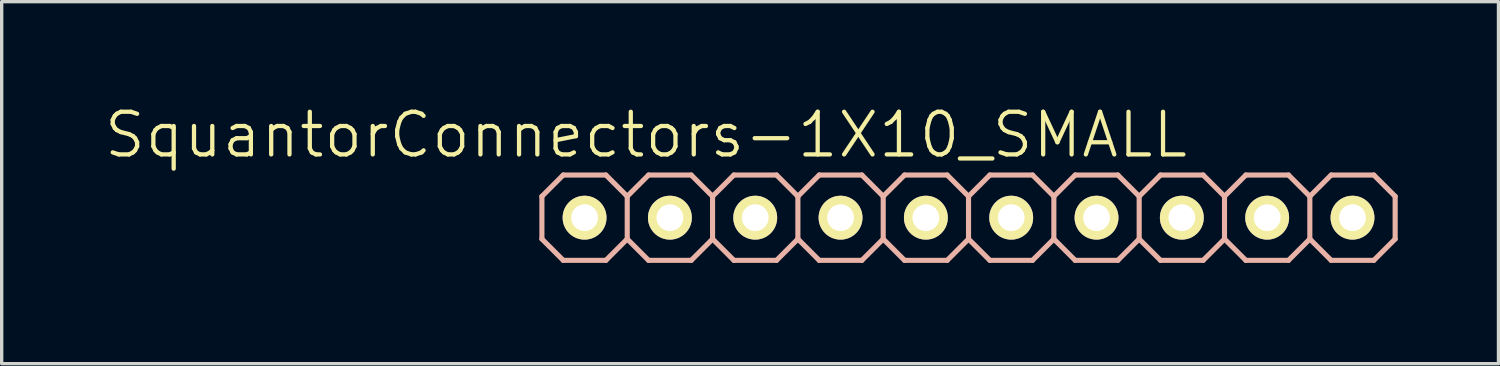
<source format=kicad_pcb>
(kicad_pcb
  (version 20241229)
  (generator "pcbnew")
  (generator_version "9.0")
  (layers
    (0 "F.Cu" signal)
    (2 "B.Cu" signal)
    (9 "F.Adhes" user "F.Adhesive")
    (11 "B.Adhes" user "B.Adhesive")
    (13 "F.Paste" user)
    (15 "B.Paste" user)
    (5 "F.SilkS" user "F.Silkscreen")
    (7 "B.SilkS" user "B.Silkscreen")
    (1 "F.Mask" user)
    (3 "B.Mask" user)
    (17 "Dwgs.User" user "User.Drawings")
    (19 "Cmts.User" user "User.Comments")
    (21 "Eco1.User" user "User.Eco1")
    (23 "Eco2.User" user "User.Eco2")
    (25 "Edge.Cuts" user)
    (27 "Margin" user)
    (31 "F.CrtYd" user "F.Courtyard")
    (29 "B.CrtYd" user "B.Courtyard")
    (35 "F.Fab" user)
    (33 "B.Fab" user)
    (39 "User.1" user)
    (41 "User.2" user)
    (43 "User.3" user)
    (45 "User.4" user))
  (footprint "SquantorConnectors-1X10_SMALL"
    (layer "F.Cu")
    (at 25.782 3.43)
    (property "Reference" "SquantorConnectors-1X10_SMALL" (at -9.601 -2.464 0) (layer "F.SilkS") (effects (font (size 1.27 1.27) (thickness 0.127))))
    (attr exclude_from_pos_files exclude_from_bom)
    (fp_line (start -11.684 -0.254) (end -11.176 -0.254) (stroke (width 0.066) (type solid)) (layer "F.SilkS"))
    (fp_line (start -11.684 0.254) (end -11.684 -0.254) (stroke (width 0.066) (type solid)) (layer "F.SilkS"))
    (fp_line (start -11.684 0.254) (end -11.176 0.254) (stroke (width 0.066) (type solid)) (layer "F.SilkS"))
    (fp_line (start -11.176 0.254) (end -11.176 -0.254) (stroke (width 0.066) (type solid)) (layer "F.SilkS"))
    (fp_line (start -9.144 -0.254) (end -8.636 -0.254) (stroke (width 0.066) (type solid)) (layer "F.SilkS"))
    (fp_line (start -9.144 0.254) (end -9.144 -0.254) (stroke (width 0.066) (type solid)) (layer "F.SilkS"))
    (fp_line (start -9.144 0.254) (end -8.636 0.254) (stroke (width 0.066) (type solid)) (layer "F.SilkS"))
    (fp_line (start -8.636 0.254) (end -8.636 -0.254) (stroke (width 0.066) (type solid)) (layer "F.SilkS"))
    (fp_line (start -6.604 -0.254) (end -6.096 -0.254) (stroke (width 0.066) (type solid)) (layer "F.SilkS"))
    (fp_line (start -6.604 0.254) (end -6.604 -0.254) (stroke (width 0.066) (type solid)) (layer "F.SilkS"))
    (fp_line (start -6.604 0.254) (end -6.096 0.254) (stroke (width 0.066) (type solid)) (layer "F.SilkS"))
    (fp_line (start -6.096 0.254) (end -6.096 -0.254) (stroke (width 0.066) (type solid)) (layer "F.SilkS"))
    (fp_line (start -4.064 -0.254) (end -3.556 -0.254) (stroke (width 0.066) (type solid)) (layer "F.SilkS"))
    (fp_line (start -4.064 0.254) (end -4.064 -0.254) (stroke (width 0.066) (type solid)) (layer "F.SilkS"))
    (fp_line (start -4.064 0.254) (end -3.556 0.254) (stroke (width 0.066) (type solid)) (layer "F.SilkS"))
    (fp_line (start -3.556 0.254) (end -3.556 -0.254) (stroke (width 0.066) (type solid)) (layer "F.SilkS"))
    (fp_line (start -1.524 -0.254) (end -1.016 -0.254) (stroke (width 0.066) (type solid)) (layer "F.SilkS"))
    (fp_line (start -1.524 0.254) (end -1.524 -0.254) (stroke (width 0.066) (type solid)) (layer "F.SilkS"))
    (fp_line (start -1.524 0.254) (end -1.016 0.254) (stroke (width 0.066) (type solid)) (layer "F.SilkS"))
    (fp_line (start -1.016 0.254) (end -1.016 -0.254) (stroke (width 0.066) (type solid)) (layer "F.SilkS"))
    (fp_line (start 1.016 -0.254) (end 1.524 -0.254) (stroke (width 0.066) (type solid)) (layer "F.SilkS"))
    (fp_line (start 1.016 0.254) (end 1.016 -0.254) (stroke (width 0.066) (type solid)) (layer "F.SilkS"))
    (fp_line (start 1.016 0.254) (end 1.524 0.254) (stroke (width 0.066) (type solid)) (layer "F.SilkS"))
    (fp_line (start 1.524 0.254) (end 1.524 -0.254) (stroke (width 0.066) (type solid)) (layer "F.SilkS"))
    (fp_line (start 3.556 -0.254) (end 4.064 -0.254) (stroke (width 0.066) (type solid)) (layer "F.SilkS"))
    (fp_line (start 3.556 0.254) (end 3.556 -0.254) (stroke (width 0.066) (type solid)) (layer "F.SilkS"))
    (fp_line (start 3.556 0.254) (end 4.064 0.254) (stroke (width 0.066) (type solid)) (layer "F.SilkS"))
    (fp_line (start 4.064 0.254) (end 4.064 -0.254) (stroke (width 0.066) (type solid)) (layer "F.SilkS"))
    (fp_line (start 6.096 -0.254) (end 6.604 -0.254) (stroke (width 0.066) (type solid)) (layer "F.SilkS"))
    (fp_line (start 6.096 0.254) (end 6.096 -0.254) (stroke (width 0.066) (type solid)) (layer "F.SilkS"))
    (fp_line (start 6.096 0.254) (end 6.604 0.254) (stroke (width 0.066) (type solid)) (layer "F.SilkS"))
    (fp_line (start 6.604 0.254) (end 6.604 -0.254) (stroke (width 0.066) (type solid)) (layer "F.SilkS"))
    (fp_line (start 8.636 -0.254) (end 9.144 -0.254) (stroke (width 0.066) (type solid)) (layer "F.SilkS"))
    (fp_line (start 8.636 0.254) (end 8.636 -0.254) (stroke (width 0.066) (type solid)) (layer "F.SilkS"))
    (fp_line (start 8.636 0.254) (end 9.144 0.254) (stroke (width 0.066) (type solid)) (layer "F.SilkS"))
    (fp_line (start 9.144 0.254) (end 9.144 -0.254) (stroke (width 0.066) (type solid)) (layer "F.SilkS"))
    (fp_line (start 11.176 -0.254) (end 11.684 -0.254) (stroke (width 0.066) (type solid)) (layer "F.SilkS"))
    (fp_line (start 11.176 0.254) (end 11.176 -0.254) (stroke (width 0.066) (type solid)) (layer "F.SilkS"))
    (fp_line (start 11.176 0.254) (end 11.684 0.254) (stroke (width 0.066) (type solid)) (layer "F.SilkS"))
    (fp_line (start 11.684 0.254) (end 11.684 -0.254) (stroke (width 0.066) (type solid)) (layer "F.SilkS"))
    (fp_line (start -12.7 -0.635) (end -12.7 0.635) (stroke (width 0.152) (type solid)) (layer "B.SilkS"))
    (fp_line (start -12.7 0.635) (end -12.065 1.27) (stroke (width 0.152) (type solid)) (layer "B.SilkS"))
    (fp_line (start -12.065 -1.27) (end -12.7 -0.635) (stroke (width 0.152) (type solid)) (layer "B.SilkS"))
    (fp_line (start -12.065 -1.27) (end -10.795 -1.27) (stroke (width 0.152) (type solid)) (layer "B.SilkS"))
    (fp_line (start -10.795 -1.27) (end -10.16 -0.635) (stroke (width 0.152) (type solid)) (layer "B.SilkS"))
    (fp_line (start -10.795 1.27) (end -12.065 1.27) (stroke (width 0.152) (type solid)) (layer "B.SilkS"))
    (fp_line (start -10.16 -0.635) (end -10.16 0.635) (stroke (width 0.152) (type solid)) (layer "B.SilkS"))
    (fp_line (start -10.16 -0.635) (end -9.525 -1.27) (stroke (width 0.152) (type solid)) (layer "B.SilkS"))
    (fp_line (start -10.16 0.635) (end -10.795 1.27) (stroke (width 0.152) (type solid)) (layer "B.SilkS"))
    (fp_line (start -9.525 -1.27) (end -8.255 -1.27) (stroke (width 0.152) (type solid)) (layer "B.SilkS"))
    (fp_line (start -9.525 1.27) (end -10.16 0.635) (stroke (width 0.152) (type solid)) (layer "B.SilkS"))
    (fp_line (start -8.255 -1.27) (end -7.62 -0.635) (stroke (width 0.152) (type solid)) (layer "B.SilkS"))
    (fp_line (start -8.255 1.27) (end -9.525 1.27) (stroke (width 0.152) (type solid)) (layer "B.SilkS"))
    (fp_line (start -7.62 -0.635) (end -7.62 0.635) (stroke (width 0.152) (type solid)) (layer "B.SilkS"))
    (fp_line (start -7.62 -0.635) (end -6.985 -1.27) (stroke (width 0.152) (type solid)) (layer "B.SilkS"))
    (fp_line (start -7.62 0.635) (end -8.255 1.27) (stroke (width 0.152) (type solid)) (layer "B.SilkS"))
    (fp_line (start -6.985 -1.27) (end -5.715 -1.27) (stroke (width 0.152) (type solid)) (layer "B.SilkS"))
    (fp_line (start -6.985 1.27) (end -7.62 0.635) (stroke (width 0.152) (type solid)) (layer "B.SilkS"))
    (fp_line (start -5.715 -1.27) (end -5.08 -0.635) (stroke (width 0.152) (type solid)) (layer "B.SilkS"))
    (fp_line (start -5.715 1.27) (end -6.985 1.27) (stroke (width 0.152) (type solid)) (layer "B.SilkS"))
    (fp_line (start -5.08 -0.635) (end -5.08 0.635) (stroke (width 0.152) (type solid)) (layer "B.SilkS"))
    (fp_line (start -5.08 0.635) (end -5.715 1.27) (stroke (width 0.152) (type solid)) (layer "B.SilkS"))
    (fp_line (start -5.08 0.635) (end -4.445 1.27) (stroke (width 0.152) (type solid)) (layer "B.SilkS"))
    (fp_line (start -4.445 -1.27) (end -5.08 -0.635) (stroke (width 0.152) (type solid)) (layer "B.SilkS"))
    (fp_line (start -4.445 -1.27) (end -3.175 -1.27) (stroke (width 0.152) (type solid)) (layer "B.SilkS"))
    (fp_line (start -3.175 -1.27) (end -2.54 -0.635) (stroke (width 0.152) (type solid)) (layer "B.SilkS"))
    (fp_line (start -3.175 1.27) (end -4.445 1.27) (stroke (width 0.152) (type solid)) (layer "B.SilkS"))
    (fp_line (start -2.54 -0.635) (end -2.54 0.635) (stroke (width 0.152) (type solid)) (layer "B.SilkS"))
    (fp_line (start -2.54 -0.635) (end -1.905 -1.27) (stroke (width 0.152) (type solid)) (layer "B.SilkS"))
    (fp_line (start -2.54 0.635) (end -3.175 1.27) (stroke (width 0.152) (type solid)) (layer "B.SilkS"))
    (fp_line (start -1.905 -1.27) (end -0.635 -1.27) (stroke (width 0.152) (type solid)) (layer "B.SilkS"))
    (fp_line (start -1.905 1.27) (end -2.54 0.635) (stroke (width 0.152) (type solid)) (layer "B.SilkS"))
    (fp_line (start -0.635 -1.27) (end 0 -0.635) (stroke (width 0.152) (type solid)) (layer "B.SilkS"))
    (fp_line (start -0.635 1.27) (end -1.905 1.27) (stroke (width 0.152) (type solid)) (layer "B.SilkS"))
    (fp_line (start 0 -0.635) (end 0 0.635) (stroke (width 0.152) (type solid)) (layer "B.SilkS"))
    (fp_line (start 0 -0.635) (end 0.635 -1.27) (stroke (width 0.152) (type solid)) (layer "B.SilkS"))
    (fp_line (start 0 0.635) (end -0.635 1.27) (stroke (width 0.152) (type solid)) (layer "B.SilkS"))
    (fp_line (start 0.635 -1.27) (end 1.905 -1.27) (stroke (width 0.152) (type solid)) (layer "B.SilkS"))
    (fp_line (start 0.635 1.27) (end 0 0.635) (stroke (width 0.152) (type solid)) (layer "B.SilkS"))
    (fp_line (start 1.905 -1.27) (end 2.54 -0.635) (stroke (width 0.152) (type solid)) (layer "B.SilkS"))
    (fp_line (start 1.905 1.27) (end 0.635 1.27) (stroke (width 0.152) (type solid)) (layer "B.SilkS"))
    (fp_line (start 2.54 -0.635) (end 2.54 0.635) (stroke (width 0.152) (type solid)) (layer "B.SilkS"))
    (fp_line (start 2.54 0.635) (end 1.905 1.27) (stroke (width 0.152) (type solid)) (layer "B.SilkS"))
    (fp_line (start 2.54 0.635) (end 3.175 1.27) (stroke (width 0.152) (type solid)) (layer "B.SilkS"))
    (fp_line (start 3.175 -1.27) (end 2.54 -0.635) (stroke (width 0.152) (type solid)) (layer "B.SilkS"))
    (fp_line (start 3.175 -1.27) (end 4.445 -1.27) (stroke (width 0.152) (type solid)) (layer "B.SilkS"))
    (fp_line (start 4.445 -1.27) (end 5.08 -0.635) (stroke (width 0.152) (type solid)) (layer "B.SilkS"))
    (fp_line (start 4.445 1.27) (end 3.175 1.27) (stroke (width 0.152) (type solid)) (layer "B.SilkS"))
    (fp_line (start 5.08 -0.635) (end 5.08 0.635) (stroke (width 0.152) (type solid)) (layer "B.SilkS"))
    (fp_line (start 5.08 -0.635) (end 5.715 -1.27) (stroke (width 0.152) (type solid)) (layer "B.SilkS"))
    (fp_line (start 5.08 0.635) (end 4.445 1.27) (stroke (width 0.152) (type solid)) (layer "B.SilkS"))
    (fp_line (start 5.715 -1.27) (end 6.985 -1.27) (stroke (width 0.152) (type solid)) (layer "B.SilkS"))
    (fp_line (start 5.715 1.27) (end 5.08 0.635) (stroke (width 0.152) (type solid)) (layer "B.SilkS"))
    (fp_line (start 6.985 -1.27) (end 7.62 -0.635) (stroke (width 0.152) (type solid)) (layer "B.SilkS"))
    (fp_line (start 6.985 1.27) (end 5.715 1.27) (stroke (width 0.152) (type solid)) (layer "B.SilkS"))
    (fp_line (start 7.62 -0.635) (end 7.62 0.635) (stroke (width 0.152) (type solid)) (layer "B.SilkS"))
    (fp_line (start 7.62 -0.635) (end 8.255 -1.27) (stroke (width 0.152) (type solid)) (layer "B.SilkS"))
    (fp_line (start 7.62 0.635) (end 6.985 1.27) (stroke (width 0.152) (type solid)) (layer "B.SilkS"))
    (fp_line (start 8.255 -1.27) (end 9.525 -1.27) (stroke (width 0.152) (type solid)) (layer "B.SilkS"))
    (fp_line (start 8.255 1.27) (end 7.62 0.635) (stroke (width 0.152) (type solid)) (layer "B.SilkS"))
    (fp_line (start 9.525 -1.27) (end 10.16 -0.635) (stroke (width 0.152) (type solid)) (layer "B.SilkS"))
    (fp_line (start 9.525 1.27) (end 8.255 1.27) (stroke (width 0.152) (type solid)) (layer "B.SilkS"))
    (fp_line (start 10.16 -0.635) (end 10.16 0.635) (stroke (width 0.152) (type solid)) (layer "B.SilkS"))
    (fp_line (start 10.16 0.635) (end 9.525 1.27) (stroke (width 0.152) (type solid)) (layer "B.SilkS"))
    (fp_line (start 10.16 0.635) (end 10.795 1.27) (stroke (width 0.152) (type solid)) (layer "B.SilkS"))
    (fp_line (start 10.795 -1.27) (end 10.16 -0.635) (stroke (width 0.152) (type solid)) (layer "B.SilkS"))
    (fp_line (start 10.795 -1.27) (end 12.065 -1.27) (stroke (width 0.152) (type solid)) (layer "B.SilkS"))
    (fp_line (start 12.065 -1.27) (end 12.7 -0.635) (stroke (width 0.152) (type solid)) (layer "B.SilkS"))
    (fp_line (start 12.065 1.27) (end 10.795 1.27) (stroke (width 0.152) (type solid)) (layer "B.SilkS"))
    (fp_line (start 12.7 -0.635) (end 12.7 0.635) (stroke (width 0.152) (type solid)) (layer "B.SilkS"))
    (fp_line (start 12.7 0.635) (end 12.065 1.27) (stroke (width 0.152) (type solid)) (layer "B.SilkS"))
    (pad "1" thru_hole circle (at -11.43 0) (size 1.306 1.306) (drill 0.798) (layers "*.Cu" "F.Mask" "F.SilkS" "F.Paste"))
    (pad "2" thru_hole circle (at -8.89 0) (size 1.306 1.306) (drill 0.798) (layers "*.Cu" "F.Mask" "F.SilkS" "F.Paste"))
    (pad "3" thru_hole circle (at -6.35 0) (size 1.306 1.306) (drill 0.798) (layers "*.Cu" "F.Mask" "F.SilkS" "F.Paste"))
    (pad "4" thru_hole circle (at -3.81 0) (size 1.306 1.306) (drill 0.798) (layers "*.Cu" "F.Mask" "F.SilkS" "F.Paste"))
    (pad "5" thru_hole circle (at -1.27 0) (size 1.306 1.306) (drill 0.798) (layers "*.Cu" "F.Mask" "F.SilkS" "F.Paste"))
    (pad "6" thru_hole circle (at 1.27 0) (size 1.306 1.306) (drill 0.798) (layers "*.Cu" "F.Mask" "F.SilkS" "F.Paste"))
    (pad "7" thru_hole circle (at 3.81 0) (size 1.306 1.306) (drill 0.798) (layers "*.Cu" "F.Mask" "F.SilkS" "F.Paste"))
    (pad "8" thru_hole circle (at 6.35 0) (size 1.306 1.306) (drill 0.798) (layers "*.Cu" "F.Mask" "F.SilkS" "F.Paste"))
    (pad "9" thru_hole circle (at 8.89 0) (size 1.306 1.306) (drill 0.798) (layers "*.Cu" "F.Mask" "F.SilkS" "F.Paste"))
    (pad "10" thru_hole circle (at 11.43 0) (size 1.306 1.306) (drill 0.798) (layers "*.Cu" "F.Mask" "F.SilkS" "F.Paste")))
  (gr_rect
    (start -3 -3)
    (end 41.558 7.776)
    (stroke (width 0.1) (type default))
    (fill no)
    (layer "Edge.Cuts")))
</source>
